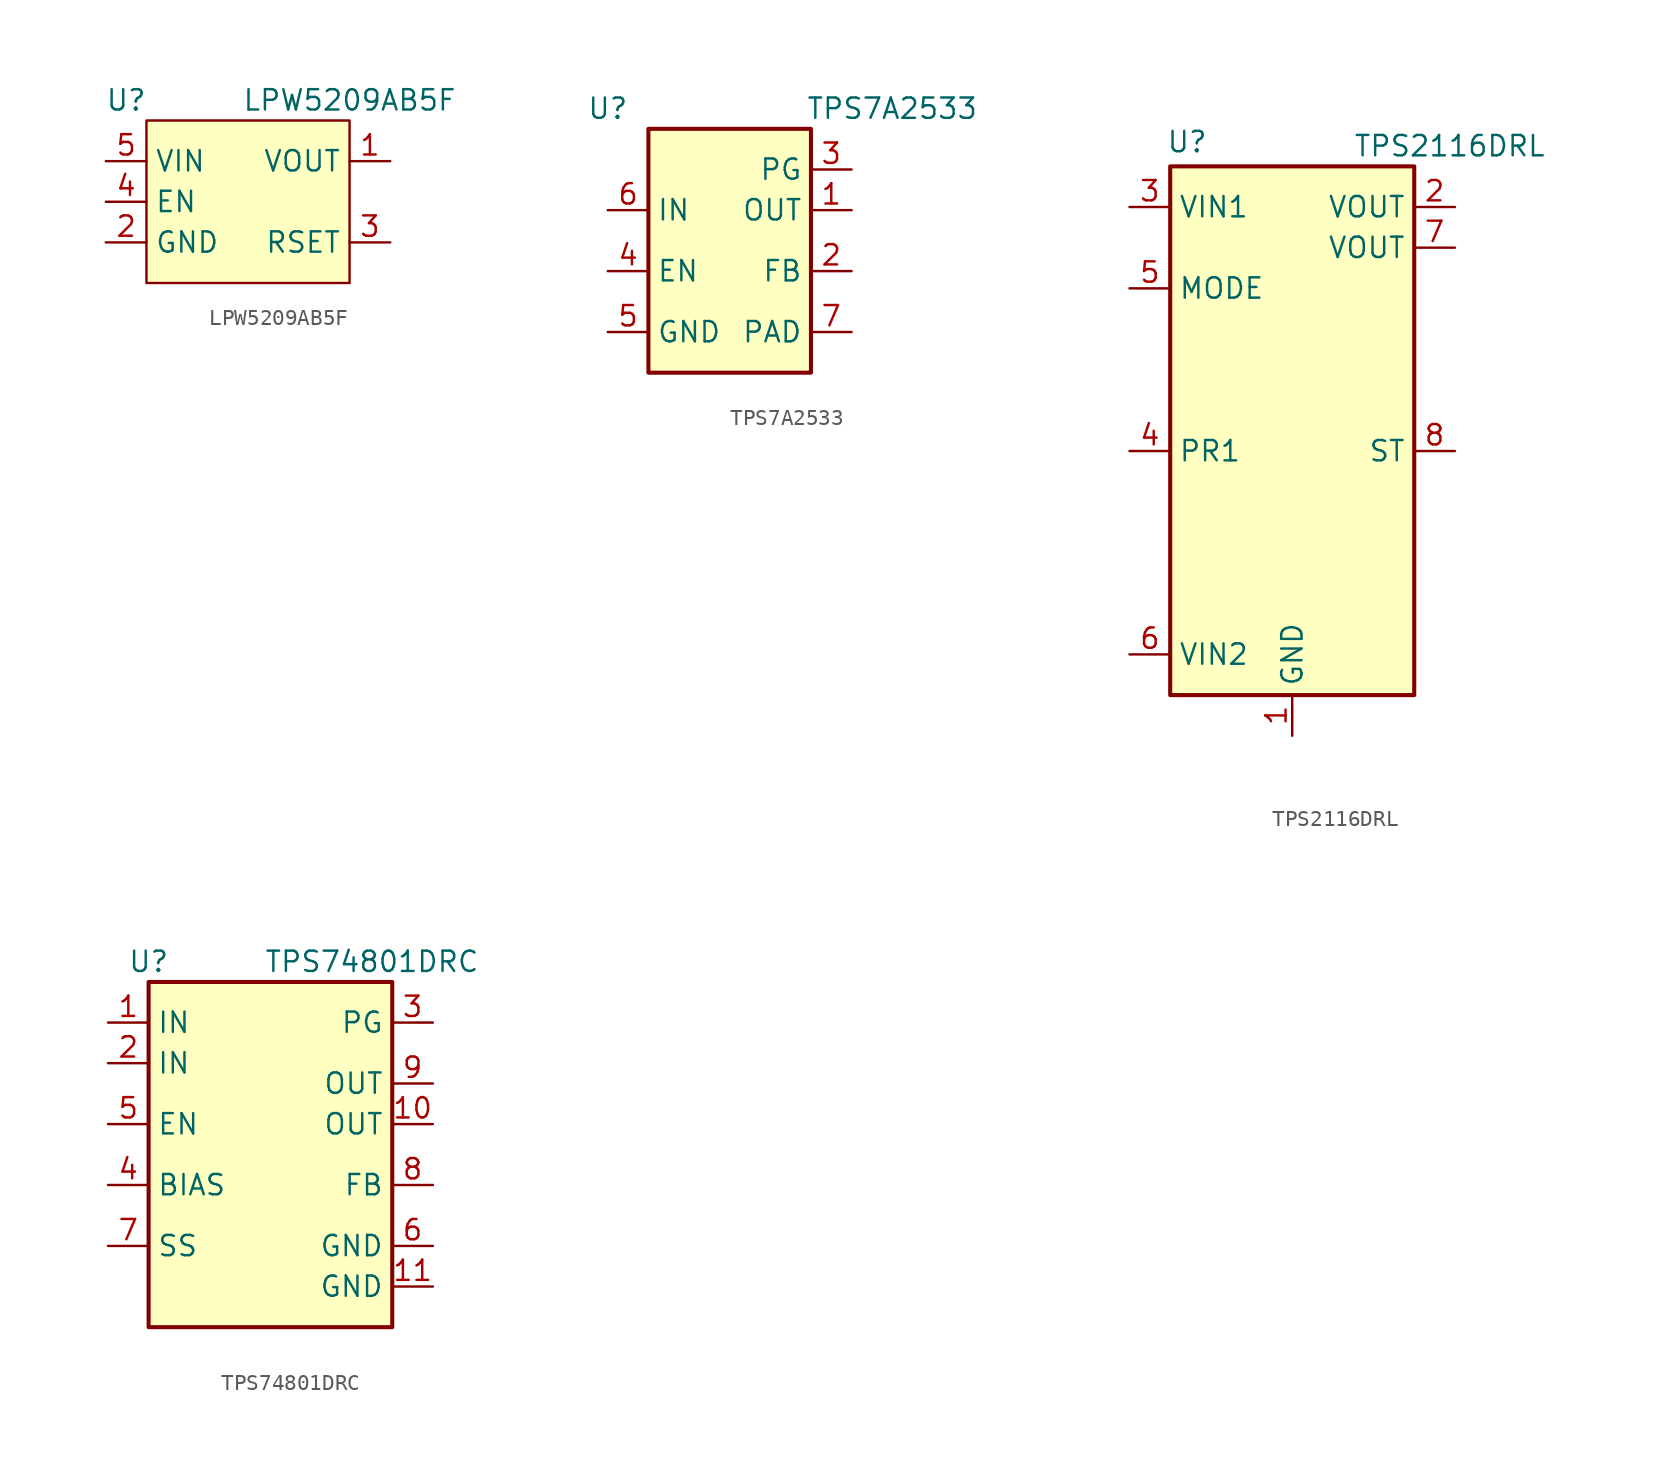
<source format=kicad_sym>
(kicad_symbol_lib
  (version 20241209)
  (generator "kicad_symbol_editor")
  (generator_version "9.0")
  (symbol "LPW5209AB5F"
    (property "Reference" "U"
      (at -7.62 2.54 0)
      (effects (font (size 1.27 1.27))))
    (property "Value" "LPW5209AB5F"
      (at 6.35 2.54 0)
      (effects (font (size 1.27 1.27))))
    (symbol "LPW5209AB5F_1_1"
      (rectangle (start -6.35 1.27) (end 6.35 -8.89) (stroke (width 0) (type solid)) (fill (type background)))
      (pin power_in line (at -8.89 -1.27 0) (length 2.54) (name "VIN" (effects (font (size 1.27 1.27)))) (number "5" (effects (font (size 1.27 1.27)))))
      (pin input line (at -8.89 -3.81 0) (length 2.54) (name "EN" (effects (font (size 1.27 1.27)))) (number "4" (effects (font (size 1.27 1.27)))))
      (pin power_in line (at -8.89 -6.35 0) (length 2.54) (name "GND" (effects (font (size 1.27 1.27)))) (number "2" (effects (font (size 1.27 1.27)))))
      (pin power_out line (at 8.89 -1.27 180) (length 2.54) (name "VOUT" (effects (font (size 1.27 1.27)))) (number "1" (effects (font (size 1.27 1.27)))))
      (pin output line (at 8.89 -6.35 180) (length 2.54) (name "RSET" (effects (font (size 1.27 1.27)))) (number "3" (effects (font (size 1.27 1.27)))))))
  (symbol "TPS7A2533"
    (property "Reference" "U"
      (at -7.62 8.89 0)
      (effects (font (size 1.27 1.27))))
    (property "Value" "TPS7A2533"
      (at 10.16 8.89 0)
      (effects (font (size 1.27 1.27))))
    (symbol "TPS7A2533_0_1"
      (rectangle (start -5.08 7.62) (end 5.08 -7.62) (stroke (width 0.254) (type default)) (fill (type background)))
      (pin power_out line (at 7.62 2.54 180) (length 2.54) (name "OUT" (effects (font (size 1.27 1.27)))) (number "1" (effects (font (size 1.27 1.27))))))
    (symbol "TPS7A2533_1_1"
      (pin power_in line (at -7.62 2.54 0) (length 2.54) (name "IN" (effects (font (size 1.27 1.27)))) (number "6" (effects (font (size 1.27 1.27)))))
      (pin input line (at -7.62 -1.27 0) (length 2.54) (name "EN" (effects (font (size 1.27 1.27)))) (number "4" (effects (font (size 1.27 1.27)))))
      (pin power_in line (at -7.62 -5.08 0) (length 2.54) (name "GND" (effects (font (size 1.27 1.27)))) (number "5" (effects (font (size 1.27 1.27)))))
      (pin output line (at 7.62 5.08 180) (length 2.54) (name "PG" (effects (font (size 1.27 1.27)))) (number "3" (effects (font (size 1.27 1.27)))))
      (pin input line (at 7.62 -1.27 180) (length 2.54) (name "FB" (effects (font (size 1.27 1.27)))) (number "2" (effects (font (size 1.27 1.27)))))
      (pin passive line (at 7.62 -5.08 180) (length 2.54) (name "PAD" (effects (font (size 1.27 1.27)))) (number "7" (effects (font (size 1.27 1.27)))))))
  (symbol "TPS2116DRL"
    (property "Reference" "U"
      (at -7.874 9.144 0)
      (effects (font (size 1.27 1.27)) (justify left)))
    (property "Value" "TPS2116DRL"
      (at 3.81 8.89 0)
      (effects (font (size 1.27 1.27)) (justify left)))
    (symbol "TPS2116DRL_0_1"
      (rectangle (start -7.62 7.62) (end 7.62 -25.4) (stroke (width 0.254) (type default)) (fill (type background))))
    (symbol "TPS2116DRL_1_0"
      (pin power_out line (at 10.16 2.54 180) (length 2.54) (name "VOUT" (effects (font (size 1.27 1.27)))) (number "7" (effects (font (size 1.27 1.27))))))
    (symbol "TPS2116DRL_1_1"
      (pin power_in line (at -10.16 5.08 0) (length 2.54) (name "VIN1" (effects (font (size 1.27 1.27)))) (number "3" (effects (font (size 1.27 1.27)))))
      (pin input line (at -10.16 0 0) (length 2.54) (name "MODE" (effects (font (size 1.27 1.27)))) (number "5" (effects (font (size 1.27 1.27)))))
      (pin input line (at -10.16 -10.16 0) (length 2.54) (name "PR1" (effects (font (size 1.27 1.27)))) (number "4" (effects (font (size 1.27 1.27)))))
      (pin power_in line (at -10.16 -22.86 0) (length 2.54) (name "VIN2" (effects (font (size 1.27 1.27)))) (number "6" (effects (font (size 1.27 1.27)))))
      (pin power_in line (at 0 -27.94 90) (length 2.54) (name "GND" (effects (font (size 1.27 1.27)))) (number "1" (effects (font (size 1.27 1.27)))))
      (pin power_out line (at 10.16 5.08 180) (length 2.54) (name "VOUT" (effects (font (size 1.27 1.27)))) (number "2" (effects (font (size 1.27 1.27)))))
      (pin open_collector line (at 10.16 -10.16 180) (length 2.54) (name "ST" (effects (font (size 1.27 1.27)))) (number "8" (effects (font (size 1.27 1.27)))))))
  (symbol "TPS74801DRC"
    (property "Reference" "U"
      (at -7.62 6.35 0)
      (effects (font (size 1.27 1.27))))
    (property "Value" "TPS74801DRC"
      (at 6.35 6.35 0)
      (effects (font (size 1.27 1.27))))
    (symbol "TPS74801DRC_0_1"
      (rectangle (start -7.62 5.08) (end 7.62 -16.51) (stroke (width 0.254) (type default)) (fill (type background))))
    (symbol "TPS74801DRC_1_1"
      (pin power_in line (at -10.16 2.54 0) (length 2.54) (name "IN" (effects (font (size 1.27 1.27)))) (number "1" (effects (font (size 1.27 1.27)))))
      (pin power_in line (at -10.16 0 0) (length 2.54) (name "IN" (effects (font (size 1.27 1.27)))) (number "2" (effects (font (size 1.27 1.27)))))
      (pin input line (at -10.16 -3.81 0) (length 2.54) (name "EN" (effects (font (size 1.27 1.27)))) (number "5" (effects (font (size 1.27 1.27)))))
      (pin power_in line (at -10.16 -7.62 0) (length 2.54) (name "BIAS" (effects (font (size 1.27 1.27)))) (number "4" (effects (font (size 1.27 1.27)))))
      (pin passive line (at -10.16 -11.43 0) (length 2.54) (name "SS" (effects (font (size 1.27 1.27)))) (number "7" (effects (font (size 1.27 1.27)))))
      (pin open_collector line (at 10.16 2.54 180) (length 2.54) (name "PG" (effects (font (size 1.27 1.27)))) (number "3" (effects (font (size 1.27 1.27)))))
      (pin power_out line (at 10.16 -1.27 180) (length 2.54) (name "OUT" (effects (font (size 1.27 1.27)))) (number "9" (effects (font (size 1.27 1.27)))))
      (pin power_out line (at 10.16 -3.81 180) (length 2.54) (name "OUT" (effects (font (size 1.27 1.27)))) (number "10" (effects (font (size 1.27 1.27)))))
      (pin input line (at 10.16 -7.62 180) (length 2.54) (name "FB" (effects (font (size 1.27 1.27)))) (number "8" (effects (font (size 1.27 1.27)))))
      (pin power_in line (at 10.16 -11.43 180) (length 2.54) (name "GND" (effects (font (size 1.27 1.27)))) (number "6" (effects (font (size 1.27 1.27)))))
      (pin power_in line (at 10.16 -13.97 180) (length 2.54) (name "GND" (effects (font (size 1.27 1.27)))) (number "11" (effects (font (size 1.27 1.27))))))))
</source>
